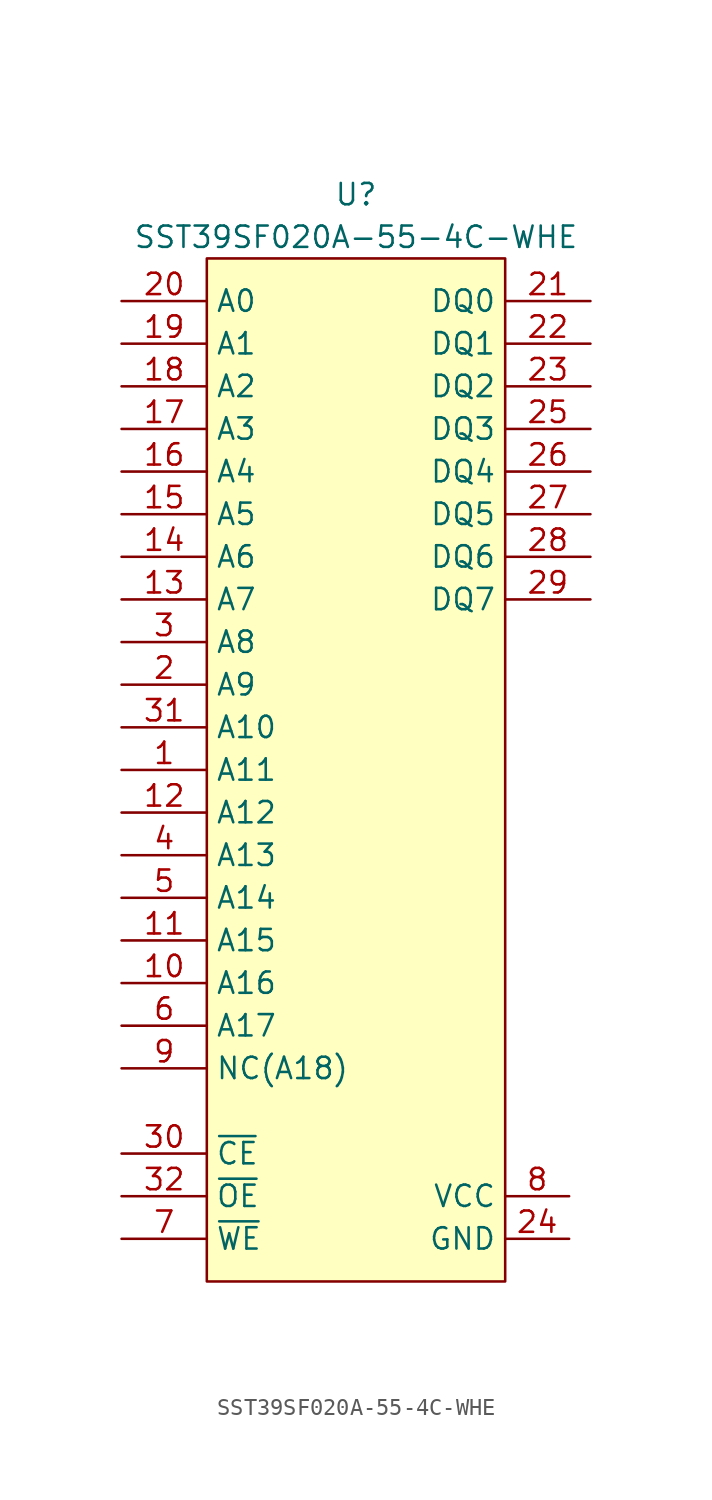
<source format=kicad_sym>
(kicad_symbol_lib
  (version 20211014)
  (generator kicad_symbol_editor)
  (symbol "SST39SF020A-55-4C-WHE"
    (property "Reference" "U"
      (at 0 35.56 0)
      (effects (font (size 1.27 1.27))))
    (property "Value" "SST39SF020A-55-4C-WHE"
      (at 0 33.02 0)
      (effects (font (size 1.27 1.27))))
    (symbol "SST39SF020A-55-4C-WHE_0_0"
      (pin power_in line (at 12.7 -26.67 180) (length 3.81) (name "GND" (effects (font (size 1.27 1.27)))) (number "24" (effects (font (size 1.27 1.27)))))
      (pin power_in line (at 12.7 -24.13 180) (length 3.81) (name "VCC" (effects (font (size 1.27 1.27)))) (number "8" (effects (font (size 1.27 1.27))))))
    (symbol "SST39SF020A-55-4C-WHE_0_1"
      (rectangle (start -8.89 31.75) (end 8.89 -29.21) (stroke (width 0) (type default) (color 0 0 0 0)) (fill (type background))))
    (symbol "SST39SF020A-55-4C-WHE_1_1"
      (pin input line (at -13.97 1.27 0) (length 5.08) (name "A11" (effects (font (size 1.27 1.27)))) (number "1" (effects (font (size 1.27 1.27)))))
      (pin input line (at -13.97 -11.43 0) (length 5.08) (name "A16" (effects (font (size 1.27 1.27)))) (number "10" (effects (font (size 1.27 1.27)))))
      (pin input line (at -13.97 -8.89 0) (length 5.08) (name "A15" (effects (font (size 1.27 1.27)))) (number "11" (effects (font (size 1.27 1.27)))))
      (pin input line (at -13.97 -1.27 0) (length 5.08) (name "A12" (effects (font (size 1.27 1.27)))) (number "12" (effects (font (size 1.27 1.27)))))
      (pin input line (at -13.97 11.43 0) (length 5.08) (name "A7" (effects (font (size 1.27 1.27)))) (number "13" (effects (font (size 1.27 1.27)))))
      (pin input line (at -13.97 13.97 0) (length 5.08) (name "A6" (effects (font (size 1.27 1.27)))) (number "14" (effects (font (size 1.27 1.27)))))
      (pin input line (at -13.97 16.51 0) (length 5.08) (name "A5" (effects (font (size 1.27 1.27)))) (number "15" (effects (font (size 1.27 1.27)))))
      (pin input line (at -13.97 19.05 0) (length 5.08) (name "A4" (effects (font (size 1.27 1.27)))) (number "16" (effects (font (size 1.27 1.27)))))
      (pin input line (at -13.97 21.59 0) (length 5.08) (name "A3" (effects (font (size 1.27 1.27)))) (number "17" (effects (font (size 1.27 1.27)))))
      (pin input line (at -13.97 24.13 0) (length 5.08) (name "A2" (effects (font (size 1.27 1.27)))) (number "18" (effects (font (size 1.27 1.27)))))
      (pin input line (at -13.97 26.67 0) (length 5.08) (name "A1" (effects (font (size 1.27 1.27)))) (number "19" (effects (font (size 1.27 1.27)))))
      (pin input line (at -13.97 6.35 0) (length 5.08) (name "A9" (effects (font (size 1.27 1.27)))) (number "2" (effects (font (size 1.27 1.27)))))
      (pin input line (at -13.97 29.21 0) (length 5.08) (name "A0" (effects (font (size 1.27 1.27)))) (number "20" (effects (font (size 1.27 1.27)))))
      (pin bidirectional line (at 13.97 29.21 180) (length 5.08) (name "DQ0" (effects (font (size 1.27 1.27)))) (number "21" (effects (font (size 1.27 1.27)))))
      (pin bidirectional line (at 13.97 26.67 180) (length 5.08) (name "DQ1" (effects (font (size 1.27 1.27)))) (number "22" (effects (font (size 1.27 1.27)))))
      (pin bidirectional line (at 13.97 24.13 180) (length 5.08) (name "DQ2" (effects (font (size 1.27 1.27)))) (number "23" (effects (font (size 1.27 1.27)))))
      (pin bidirectional line (at 13.97 21.59 180) (length 5.08) (name "DQ3" (effects (font (size 1.27 1.27)))) (number "25" (effects (font (size 1.27 1.27)))))
      (pin bidirectional line (at 13.97 19.05 180) (length 5.08) (name "DQ4" (effects (font (size 1.27 1.27)))) (number "26" (effects (font (size 1.27 1.27)))))
      (pin bidirectional line (at 13.97 16.51 180) (length 5.08) (name "DQ5" (effects (font (size 1.27 1.27)))) (number "27" (effects (font (size 1.27 1.27)))))
      (pin bidirectional line (at 13.97 13.97 180) (length 5.08) (name "DQ6" (effects (font (size 1.27 1.27)))) (number "28" (effects (font (size 1.27 1.27)))))
      (pin bidirectional line (at 13.97 11.43 180) (length 5.08) (name "DQ7" (effects (font (size 1.27 1.27)))) (number "29" (effects (font (size 1.27 1.27)))))
      (pin input line (at -13.97 8.89 0) (length 5.08) (name "A8" (effects (font (size 1.27 1.27)))) (number "3" (effects (font (size 1.27 1.27)))))
      (pin input line (at -13.97 -21.59 0) (length 5.08) (name "~{CE}" (effects (font (size 1.27 1.27)))) (number "30" (effects (font (size 1.27 1.27)))))
      (pin input line (at -13.97 3.81 0) (length 5.08) (name "A10" (effects (font (size 1.27 1.27)))) (number "31" (effects (font (size 1.27 1.27)))))
      (pin input line (at -13.97 -24.13 0) (length 5.08) (name "~{OE}" (effects (font (size 1.27 1.27)))) (number "32" (effects (font (size 1.27 1.27)))))
      (pin input line (at -13.97 -3.81 0) (length 5.08) (name "A13" (effects (font (size 1.27 1.27)))) (number "4" (effects (font (size 1.27 1.27)))))
      (pin input line (at -13.97 -6.35 0) (length 5.08) (name "A14" (effects (font (size 1.27 1.27)))) (number "5" (effects (font (size 1.27 1.27)))))
      (pin input line (at -13.97 -13.97 0) (length 5.08) (name "A17" (effects (font (size 1.27 1.27)))) (number "6" (effects (font (size 1.27 1.27)))))
      (pin input line (at -13.97 -26.67 0) (length 5.08) (name "~{WE}" (effects (font (size 1.27 1.27)))) (number "7" (effects (font (size 1.27 1.27)))))
      (pin input line (at -13.97 -16.51 0) (length 5.08) (name "NC(A18)" (effects (font (size 1.27 1.27)))) (number "9" (effects (font (size 1.27 1.27))))))))
</source>
